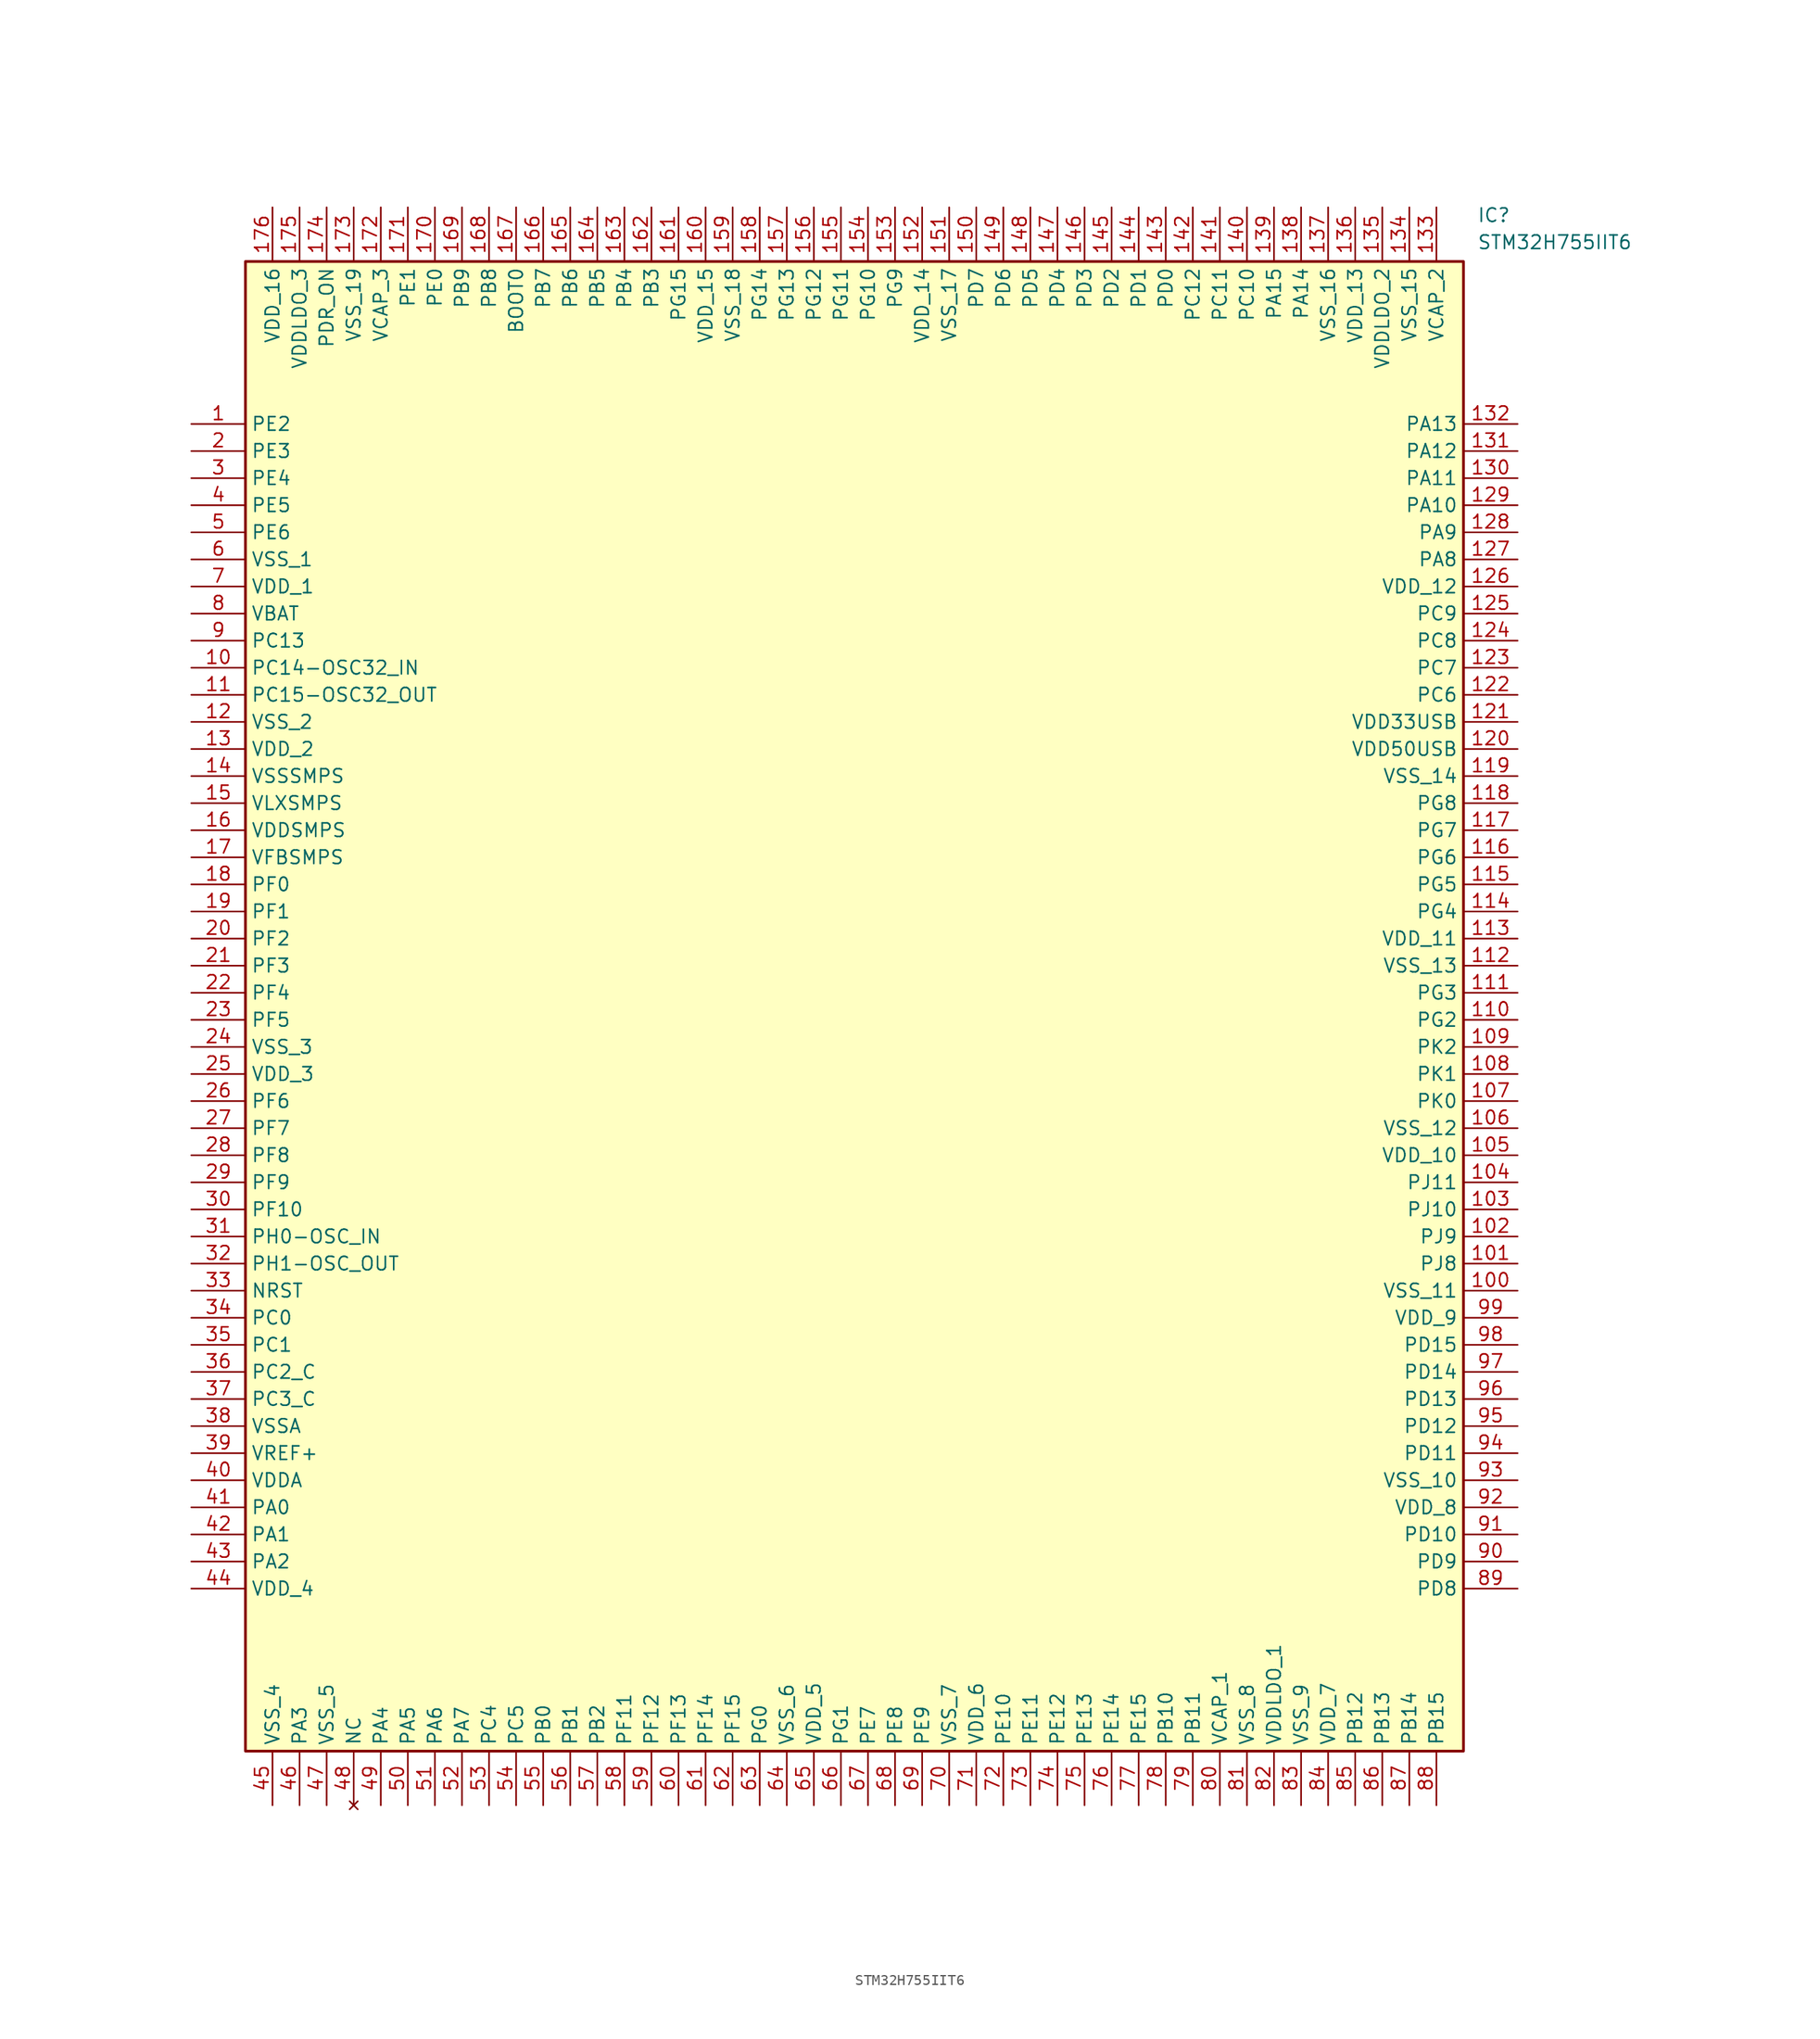
<source format=kicad_sym>
(kicad_symbol_lib
  (version 20211014)
  (generator SamacSys_ECAD_Model)
  (symbol "STM32H755IIT6"
    (property "Reference" "IC"
      (at 120.65 20.32 0)
      (effects (font (size 1.27 1.27)) (justify left top)))
    (property "Value" "STM32H755IIT6"
      (at 120.65 17.78 0)
      (effects (font (size 1.27 1.27)) (justify left top)))
    (rectangle
      (start 5.08 15.24)
      (end 119.38 -124.46)
      (stroke (width 0.254) (type default))
      (fill (type background)))
    (pin passive line
      (at 0 0 0)
      (length 5.08)
      (name "PE2" (effects (font (size 1.27 1.27))))
      (number "1" (effects (font (size 1.27 1.27)))))
    (pin passive line
      (at 0 -2.54 0)
      (length 5.08)
      (name "PE3" (effects (font (size 1.27 1.27))))
      (number "2" (effects (font (size 1.27 1.27)))))
    (pin passive line
      (at 0 -5.08 0)
      (length 5.08)
      (name "PE4" (effects (font (size 1.27 1.27))))
      (number "3" (effects (font (size 1.27 1.27)))))
    (pin passive line
      (at 0 -7.62 0)
      (length 5.08)
      (name "PE5" (effects (font (size 1.27 1.27))))
      (number "4" (effects (font (size 1.27 1.27)))))
    (pin passive line
      (at 0 -10.16 0)
      (length 5.08)
      (name "PE6" (effects (font (size 1.27 1.27))))
      (number "5" (effects (font (size 1.27 1.27)))))
    (pin passive line
      (at 0 -12.7 0)
      (length 5.08)
      (name "VSS_1" (effects (font (size 1.27 1.27))))
      (number "6" (effects (font (size 1.27 1.27)))))
    (pin passive line
      (at 0 -15.24 0)
      (length 5.08)
      (name "VDD_1" (effects (font (size 1.27 1.27))))
      (number "7" (effects (font (size 1.27 1.27)))))
    (pin passive line
      (at 0 -17.78 0)
      (length 5.08)
      (name "VBAT" (effects (font (size 1.27 1.27))))
      (number "8" (effects (font (size 1.27 1.27)))))
    (pin passive line
      (at 0 -20.32 0)
      (length 5.08)
      (name "PC13" (effects (font (size 1.27 1.27))))
      (number "9" (effects (font (size 1.27 1.27)))))
    (pin passive line
      (at 0 -22.86 0)
      (length 5.08)
      (name "PC14-OSC32_IN" (effects (font (size 1.27 1.27))))
      (number "10" (effects (font (size 1.27 1.27)))))
    (pin passive line
      (at 0 -25.4 0)
      (length 5.08)
      (name "PC15-OSC32_OUT" (effects (font (size 1.27 1.27))))
      (number "11" (effects (font (size 1.27 1.27)))))
    (pin passive line
      (at 0 -27.94 0)
      (length 5.08)
      (name "VSS_2" (effects (font (size 1.27 1.27))))
      (number "12" (effects (font (size 1.27 1.27)))))
    (pin passive line
      (at 0 -30.48 0)
      (length 5.08)
      (name "VDD_2" (effects (font (size 1.27 1.27))))
      (number "13" (effects (font (size 1.27 1.27)))))
    (pin passive line
      (at 0 -33.02 0)
      (length 5.08)
      (name "VSSSMPS" (effects (font (size 1.27 1.27))))
      (number "14" (effects (font (size 1.27 1.27)))))
    (pin passive line
      (at 0 -35.56 0)
      (length 5.08)
      (name "VLXSMPS" (effects (font (size 1.27 1.27))))
      (number "15" (effects (font (size 1.27 1.27)))))
    (pin passive line
      (at 0 -38.1 0)
      (length 5.08)
      (name "VDDSMPS" (effects (font (size 1.27 1.27))))
      (number "16" (effects (font (size 1.27 1.27)))))
    (pin passive line
      (at 0 -40.64 0)
      (length 5.08)
      (name "VFBSMPS" (effects (font (size 1.27 1.27))))
      (number "17" (effects (font (size 1.27 1.27)))))
    (pin passive line
      (at 0 -43.18 0)
      (length 5.08)
      (name "PF0" (effects (font (size 1.27 1.27))))
      (number "18" (effects (font (size 1.27 1.27)))))
    (pin passive line
      (at 0 -45.72 0)
      (length 5.08)
      (name "PF1" (effects (font (size 1.27 1.27))))
      (number "19" (effects (font (size 1.27 1.27)))))
    (pin passive line
      (at 0 -48.26 0)
      (length 5.08)
      (name "PF2" (effects (font (size 1.27 1.27))))
      (number "20" (effects (font (size 1.27 1.27)))))
    (pin passive line
      (at 0 -50.8 0)
      (length 5.08)
      (name "PF3" (effects (font (size 1.27 1.27))))
      (number "21" (effects (font (size 1.27 1.27)))))
    (pin passive line
      (at 0 -53.34 0)
      (length 5.08)
      (name "PF4" (effects (font (size 1.27 1.27))))
      (number "22" (effects (font (size 1.27 1.27)))))
    (pin passive line
      (at 0 -55.88 0)
      (length 5.08)
      (name "PF5" (effects (font (size 1.27 1.27))))
      (number "23" (effects (font (size 1.27 1.27)))))
    (pin passive line
      (at 0 -58.42 0)
      (length 5.08)
      (name "VSS_3" (effects (font (size 1.27 1.27))))
      (number "24" (effects (font (size 1.27 1.27)))))
    (pin passive line
      (at 0 -60.96 0)
      (length 5.08)
      (name "VDD_3" (effects (font (size 1.27 1.27))))
      (number "25" (effects (font (size 1.27 1.27)))))
    (pin passive line
      (at 0 -63.5 0)
      (length 5.08)
      (name "PF6" (effects (font (size 1.27 1.27))))
      (number "26" (effects (font (size 1.27 1.27)))))
    (pin passive line
      (at 0 -66.04 0)
      (length 5.08)
      (name "PF7" (effects (font (size 1.27 1.27))))
      (number "27" (effects (font (size 1.27 1.27)))))
    (pin passive line
      (at 0 -68.58 0)
      (length 5.08)
      (name "PF8" (effects (font (size 1.27 1.27))))
      (number "28" (effects (font (size 1.27 1.27)))))
    (pin passive line
      (at 0 -71.12 0)
      (length 5.08)
      (name "PF9" (effects (font (size 1.27 1.27))))
      (number "29" (effects (font (size 1.27 1.27)))))
    (pin passive line
      (at 0 -73.66 0)
      (length 5.08)
      (name "PF10" (effects (font (size 1.27 1.27))))
      (number "30" (effects (font (size 1.27 1.27)))))
    (pin passive line
      (at 0 -76.2 0)
      (length 5.08)
      (name "PH0-OSC_IN" (effects (font (size 1.27 1.27))))
      (number "31" (effects (font (size 1.27 1.27)))))
    (pin passive line
      (at 0 -78.74 0)
      (length 5.08)
      (name "PH1-OSC_OUT" (effects (font (size 1.27 1.27))))
      (number "32" (effects (font (size 1.27 1.27)))))
    (pin passive line
      (at 0 -81.28 0)
      (length 5.08)
      (name "NRST" (effects (font (size 1.27 1.27))))
      (number "33" (effects (font (size 1.27 1.27)))))
    (pin passive line
      (at 0 -83.82 0)
      (length 5.08)
      (name "PC0" (effects (font (size 1.27 1.27))))
      (number "34" (effects (font (size 1.27 1.27)))))
    (pin passive line
      (at 0 -86.36 0)
      (length 5.08)
      (name "PC1" (effects (font (size 1.27 1.27))))
      (number "35" (effects (font (size 1.27 1.27)))))
    (pin passive line
      (at 0 -88.9 0)
      (length 5.08)
      (name "PC2_C" (effects (font (size 1.27 1.27))))
      (number "36" (effects (font (size 1.27 1.27)))))
    (pin passive line
      (at 0 -91.44 0)
      (length 5.08)
      (name "PC3_C" (effects (font (size 1.27 1.27))))
      (number "37" (effects (font (size 1.27 1.27)))))
    (pin passive line
      (at 0 -93.98 0)
      (length 5.08)
      (name "VSSA" (effects (font (size 1.27 1.27))))
      (number "38" (effects (font (size 1.27 1.27)))))
    (pin passive line
      (at 0 -96.52 0)
      (length 5.08)
      (name "VREF+" (effects (font (size 1.27 1.27))))
      (number "39" (effects (font (size 1.27 1.27)))))
    (pin passive line
      (at 0 -99.06 0)
      (length 5.08)
      (name "VDDA" (effects (font (size 1.27 1.27))))
      (number "40" (effects (font (size 1.27 1.27)))))
    (pin passive line
      (at 0 -101.6 0)
      (length 5.08)
      (name "PA0" (effects (font (size 1.27 1.27))))
      (number "41" (effects (font (size 1.27 1.27)))))
    (pin passive line
      (at 0 -104.14 0)
      (length 5.08)
      (name "PA1" (effects (font (size 1.27 1.27))))
      (number "42" (effects (font (size 1.27 1.27)))))
    (pin passive line
      (at 0 -106.68 0)
      (length 5.08)
      (name "PA2" (effects (font (size 1.27 1.27))))
      (number "43" (effects (font (size 1.27 1.27)))))
    (pin passive line
      (at 0 -109.22 0)
      (length 5.08)
      (name "VDD_4" (effects (font (size 1.27 1.27))))
      (number "44" (effects (font (size 1.27 1.27)))))
    (pin passive line
      (at 7.62 -129.54 90)
      (length 5.08)
      (name "VSS_4" (effects (font (size 1.27 1.27))))
      (number "45" (effects (font (size 1.27 1.27)))))
    (pin passive line
      (at 10.16 -129.54 90)
      (length 5.08)
      (name "PA3" (effects (font (size 1.27 1.27))))
      (number "46" (effects (font (size 1.27 1.27)))))
    (pin passive line
      (at 12.7 -129.54 90)
      (length 5.08)
      (name "VSS_5" (effects (font (size 1.27 1.27))))
      (number "47" (effects (font (size 1.27 1.27)))))
    (pin no_connect line
      (at 15.24 -129.54 90)
      (length 5.08)
      (name "NC" (effects (font (size 1.27 1.27))))
      (number "48" (effects (font (size 1.27 1.27)))))
    (pin passive line
      (at 17.78 -129.54 90)
      (length 5.08)
      (name "PA4" (effects (font (size 1.27 1.27))))
      (number "49" (effects (font (size 1.27 1.27)))))
    (pin passive line
      (at 20.32 -129.54 90)
      (length 5.08)
      (name "PA5" (effects (font (size 1.27 1.27))))
      (number "50" (effects (font (size 1.27 1.27)))))
    (pin passive line
      (at 22.86 -129.54 90)
      (length 5.08)
      (name "PA6" (effects (font (size 1.27 1.27))))
      (number "51" (effects (font (size 1.27 1.27)))))
    (pin passive line
      (at 25.4 -129.54 90)
      (length 5.08)
      (name "PA7" (effects (font (size 1.27 1.27))))
      (number "52" (effects (font (size 1.27 1.27)))))
    (pin passive line
      (at 27.94 -129.54 90)
      (length 5.08)
      (name "PC4" (effects (font (size 1.27 1.27))))
      (number "53" (effects (font (size 1.27 1.27)))))
    (pin passive line
      (at 30.48 -129.54 90)
      (length 5.08)
      (name "PC5" (effects (font (size 1.27 1.27))))
      (number "54" (effects (font (size 1.27 1.27)))))
    (pin passive line
      (at 33.02 -129.54 90)
      (length 5.08)
      (name "PB0" (effects (font (size 1.27 1.27))))
      (number "55" (effects (font (size 1.27 1.27)))))
    (pin passive line
      (at 35.56 -129.54 90)
      (length 5.08)
      (name "PB1" (effects (font (size 1.27 1.27))))
      (number "56" (effects (font (size 1.27 1.27)))))
    (pin passive line
      (at 38.1 -129.54 90)
      (length 5.08)
      (name "PB2" (effects (font (size 1.27 1.27))))
      (number "57" (effects (font (size 1.27 1.27)))))
    (pin passive line
      (at 40.64 -129.54 90)
      (length 5.08)
      (name "PF11" (effects (font (size 1.27 1.27))))
      (number "58" (effects (font (size 1.27 1.27)))))
    (pin passive line
      (at 43.18 -129.54 90)
      (length 5.08)
      (name "PF12" (effects (font (size 1.27 1.27))))
      (number "59" (effects (font (size 1.27 1.27)))))
    (pin passive line
      (at 45.72 -129.54 90)
      (length 5.08)
      (name "PF13" (effects (font (size 1.27 1.27))))
      (number "60" (effects (font (size 1.27 1.27)))))
    (pin passive line
      (at 48.26 -129.54 90)
      (length 5.08)
      (name "PF14" (effects (font (size 1.27 1.27))))
      (number "61" (effects (font (size 1.27 1.27)))))
    (pin passive line
      (at 50.8 -129.54 90)
      (length 5.08)
      (name "PF15" (effects (font (size 1.27 1.27))))
      (number "62" (effects (font (size 1.27 1.27)))))
    (pin passive line
      (at 53.34 -129.54 90)
      (length 5.08)
      (name "PG0" (effects (font (size 1.27 1.27))))
      (number "63" (effects (font (size 1.27 1.27)))))
    (pin passive line
      (at 55.88 -129.54 90)
      (length 5.08)
      (name "VSS_6" (effects (font (size 1.27 1.27))))
      (number "64" (effects (font (size 1.27 1.27)))))
    (pin passive line
      (at 58.42 -129.54 90)
      (length 5.08)
      (name "VDD_5" (effects (font (size 1.27 1.27))))
      (number "65" (effects (font (size 1.27 1.27)))))
    (pin passive line
      (at 60.96 -129.54 90)
      (length 5.08)
      (name "PG1" (effects (font (size 1.27 1.27))))
      (number "66" (effects (font (size 1.27 1.27)))))
    (pin passive line
      (at 63.5 -129.54 90)
      (length 5.08)
      (name "PE7" (effects (font (size 1.27 1.27))))
      (number "67" (effects (font (size 1.27 1.27)))))
    (pin passive line
      (at 66.04 -129.54 90)
      (length 5.08)
      (name "PE8" (effects (font (size 1.27 1.27))))
      (number "68" (effects (font (size 1.27 1.27)))))
    (pin passive line
      (at 68.58 -129.54 90)
      (length 5.08)
      (name "PE9" (effects (font (size 1.27 1.27))))
      (number "69" (effects (font (size 1.27 1.27)))))
    (pin passive line
      (at 71.12 -129.54 90)
      (length 5.08)
      (name "VSS_7" (effects (font (size 1.27 1.27))))
      (number "70" (effects (font (size 1.27 1.27)))))
    (pin passive line
      (at 73.66 -129.54 90)
      (length 5.08)
      (name "VDD_6" (effects (font (size 1.27 1.27))))
      (number "71" (effects (font (size 1.27 1.27)))))
    (pin passive line
      (at 76.2 -129.54 90)
      (length 5.08)
      (name "PE10" (effects (font (size 1.27 1.27))))
      (number "72" (effects (font (size 1.27 1.27)))))
    (pin passive line
      (at 78.74 -129.54 90)
      (length 5.08)
      (name "PE11" (effects (font (size 1.27 1.27))))
      (number "73" (effects (font (size 1.27 1.27)))))
    (pin passive line
      (at 81.28 -129.54 90)
      (length 5.08)
      (name "PE12" (effects (font (size 1.27 1.27))))
      (number "74" (effects (font (size 1.27 1.27)))))
    (pin passive line
      (at 83.82 -129.54 90)
      (length 5.08)
      (name "PE13" (effects (font (size 1.27 1.27))))
      (number "75" (effects (font (size 1.27 1.27)))))
    (pin passive line
      (at 86.36 -129.54 90)
      (length 5.08)
      (name "PE14" (effects (font (size 1.27 1.27))))
      (number "76" (effects (font (size 1.27 1.27)))))
    (pin passive line
      (at 88.9 -129.54 90)
      (length 5.08)
      (name "PE15" (effects (font (size 1.27 1.27))))
      (number "77" (effects (font (size 1.27 1.27)))))
    (pin passive line
      (at 91.44 -129.54 90)
      (length 5.08)
      (name "PB10" (effects (font (size 1.27 1.27))))
      (number "78" (effects (font (size 1.27 1.27)))))
    (pin passive line
      (at 93.98 -129.54 90)
      (length 5.08)
      (name "PB11" (effects (font (size 1.27 1.27))))
      (number "79" (effects (font (size 1.27 1.27)))))
    (pin passive line
      (at 96.52 -129.54 90)
      (length 5.08)
      (name "VCAP_1" (effects (font (size 1.27 1.27))))
      (number "80" (effects (font (size 1.27 1.27)))))
    (pin passive line
      (at 99.06 -129.54 90)
      (length 5.08)
      (name "VSS_8" (effects (font (size 1.27 1.27))))
      (number "81" (effects (font (size 1.27 1.27)))))
    (pin passive line
      (at 101.6 -129.54 90)
      (length 5.08)
      (name "VDDLDO_1" (effects (font (size 1.27 1.27))))
      (number "82" (effects (font (size 1.27 1.27)))))
    (pin passive line
      (at 104.14 -129.54 90)
      (length 5.08)
      (name "VSS_9" (effects (font (size 1.27 1.27))))
      (number "83" (effects (font (size 1.27 1.27)))))
    (pin passive line
      (at 106.68 -129.54 90)
      (length 5.08)
      (name "VDD_7" (effects (font (size 1.27 1.27))))
      (number "84" (effects (font (size 1.27 1.27)))))
    (pin passive line
      (at 109.22 -129.54 90)
      (length 5.08)
      (name "PB12" (effects (font (size 1.27 1.27))))
      (number "85" (effects (font (size 1.27 1.27)))))
    (pin passive line
      (at 111.76 -129.54 90)
      (length 5.08)
      (name "PB13" (effects (font (size 1.27 1.27))))
      (number "86" (effects (font (size 1.27 1.27)))))
    (pin passive line
      (at 114.3 -129.54 90)
      (length 5.08)
      (name "PB14" (effects (font (size 1.27 1.27))))
      (number "87" (effects (font (size 1.27 1.27)))))
    (pin passive line
      (at 116.84 -129.54 90)
      (length 5.08)
      (name "PB15" (effects (font (size 1.27 1.27))))
      (number "88" (effects (font (size 1.27 1.27)))))
    (pin passive line
      (at 124.46 0 180)
      (length 5.08)
      (name "PA13" (effects (font (size 1.27 1.27))))
      (number "132" (effects (font (size 1.27 1.27)))))
    (pin passive line
      (at 124.46 -2.54 180)
      (length 5.08)
      (name "PA12" (effects (font (size 1.27 1.27))))
      (number "131" (effects (font (size 1.27 1.27)))))
    (pin passive line
      (at 124.46 -5.08 180)
      (length 5.08)
      (name "PA11" (effects (font (size 1.27 1.27))))
      (number "130" (effects (font (size 1.27 1.27)))))
    (pin passive line
      (at 124.46 -7.62 180)
      (length 5.08)
      (name "PA10" (effects (font (size 1.27 1.27))))
      (number "129" (effects (font (size 1.27 1.27)))))
    (pin passive line
      (at 124.46 -10.16 180)
      (length 5.08)
      (name "PA9" (effects (font (size 1.27 1.27))))
      (number "128" (effects (font (size 1.27 1.27)))))
    (pin passive line
      (at 124.46 -12.7 180)
      (length 5.08)
      (name "PA8" (effects (font (size 1.27 1.27))))
      (number "127" (effects (font (size 1.27 1.27)))))
    (pin passive line
      (at 124.46 -15.24 180)
      (length 5.08)
      (name "VDD_12" (effects (font (size 1.27 1.27))))
      (number "126" (effects (font (size 1.27 1.27)))))
    (pin passive line
      (at 124.46 -17.78 180)
      (length 5.08)
      (name "PC9" (effects (font (size 1.27 1.27))))
      (number "125" (effects (font (size 1.27 1.27)))))
    (pin passive line
      (at 124.46 -20.32 180)
      (length 5.08)
      (name "PC8" (effects (font (size 1.27 1.27))))
      (number "124" (effects (font (size 1.27 1.27)))))
    (pin passive line
      (at 124.46 -22.86 180)
      (length 5.08)
      (name "PC7" (effects (font (size 1.27 1.27))))
      (number "123" (effects (font (size 1.27 1.27)))))
    (pin passive line
      (at 124.46 -25.4 180)
      (length 5.08)
      (name "PC6" (effects (font (size 1.27 1.27))))
      (number "122" (effects (font (size 1.27 1.27)))))
    (pin passive line
      (at 124.46 -27.94 180)
      (length 5.08)
      (name "VDD33USB" (effects (font (size 1.27 1.27))))
      (number "121" (effects (font (size 1.27 1.27)))))
    (pin passive line
      (at 124.46 -30.48 180)
      (length 5.08)
      (name "VDD50USB" (effects (font (size 1.27 1.27))))
      (number "120" (effects (font (size 1.27 1.27)))))
    (pin passive line
      (at 124.46 -33.02 180)
      (length 5.08)
      (name "VSS_14" (effects (font (size 1.27 1.27))))
      (number "119" (effects (font (size 1.27 1.27)))))
    (pin passive line
      (at 124.46 -35.56 180)
      (length 5.08)
      (name "PG8" (effects (font (size 1.27 1.27))))
      (number "118" (effects (font (size 1.27 1.27)))))
    (pin passive line
      (at 124.46 -38.1 180)
      (length 5.08)
      (name "PG7" (effects (font (size 1.27 1.27))))
      (number "117" (effects (font (size 1.27 1.27)))))
    (pin passive line
      (at 124.46 -40.64 180)
      (length 5.08)
      (name "PG6" (effects (font (size 1.27 1.27))))
      (number "116" (effects (font (size 1.27 1.27)))))
    (pin passive line
      (at 124.46 -43.18 180)
      (length 5.08)
      (name "PG5" (effects (font (size 1.27 1.27))))
      (number "115" (effects (font (size 1.27 1.27)))))
    (pin passive line
      (at 124.46 -45.72 180)
      (length 5.08)
      (name "PG4" (effects (font (size 1.27 1.27))))
      (number "114" (effects (font (size 1.27 1.27)))))
    (pin passive line
      (at 124.46 -48.26 180)
      (length 5.08)
      (name "VDD_11" (effects (font (size 1.27 1.27))))
      (number "113" (effects (font (size 1.27 1.27)))))
    (pin passive line
      (at 124.46 -50.8 180)
      (length 5.08)
      (name "VSS_13" (effects (font (size 1.27 1.27))))
      (number "112" (effects (font (size 1.27 1.27)))))
    (pin passive line
      (at 124.46 -53.34 180)
      (length 5.08)
      (name "PG3" (effects (font (size 1.27 1.27))))
      (number "111" (effects (font (size 1.27 1.27)))))
    (pin passive line
      (at 124.46 -55.88 180)
      (length 5.08)
      (name "PG2" (effects (font (size 1.27 1.27))))
      (number "110" (effects (font (size 1.27 1.27)))))
    (pin passive line
      (at 124.46 -58.42 180)
      (length 5.08)
      (name "PK2" (effects (font (size 1.27 1.27))))
      (number "109" (effects (font (size 1.27 1.27)))))
    (pin passive line
      (at 124.46 -60.96 180)
      (length 5.08)
      (name "PK1" (effects (font (size 1.27 1.27))))
      (number "108" (effects (font (size 1.27 1.27)))))
    (pin passive line
      (at 124.46 -63.5 180)
      (length 5.08)
      (name "PK0" (effects (font (size 1.27 1.27))))
      (number "107" (effects (font (size 1.27 1.27)))))
    (pin passive line
      (at 124.46 -66.04 180)
      (length 5.08)
      (name "VSS_12" (effects (font (size 1.27 1.27))))
      (number "106" (effects (font (size 1.27 1.27)))))
    (pin passive line
      (at 124.46 -68.58 180)
      (length 5.08)
      (name "VDD_10" (effects (font (size 1.27 1.27))))
      (number "105" (effects (font (size 1.27 1.27)))))
    (pin passive line
      (at 124.46 -71.12 180)
      (length 5.08)
      (name "PJ11" (effects (font (size 1.27 1.27))))
      (number "104" (effects (font (size 1.27 1.27)))))
    (pin passive line
      (at 124.46 -73.66 180)
      (length 5.08)
      (name "PJ10" (effects (font (size 1.27 1.27))))
      (number "103" (effects (font (size 1.27 1.27)))))
    (pin passive line
      (at 124.46 -76.2 180)
      (length 5.08)
      (name "PJ9" (effects (font (size 1.27 1.27))))
      (number "102" (effects (font (size 1.27 1.27)))))
    (pin passive line
      (at 124.46 -78.74 180)
      (length 5.08)
      (name "PJ8" (effects (font (size 1.27 1.27))))
      (number "101" (effects (font (size 1.27 1.27)))))
    (pin passive line
      (at 124.46 -81.28 180)
      (length 5.08)
      (name "VSS_11" (effects (font (size 1.27 1.27))))
      (number "100" (effects (font (size 1.27 1.27)))))
    (pin passive line
      (at 124.46 -83.82 180)
      (length 5.08)
      (name "VDD_9" (effects (font (size 1.27 1.27))))
      (number "99" (effects (font (size 1.27 1.27)))))
    (pin passive line
      (at 124.46 -86.36 180)
      (length 5.08)
      (name "PD15" (effects (font (size 1.27 1.27))))
      (number "98" (effects (font (size 1.27 1.27)))))
    (pin passive line
      (at 124.46 -88.9 180)
      (length 5.08)
      (name "PD14" (effects (font (size 1.27 1.27))))
      (number "97" (effects (font (size 1.27 1.27)))))
    (pin passive line
      (at 124.46 -91.44 180)
      (length 5.08)
      (name "PD13" (effects (font (size 1.27 1.27))))
      (number "96" (effects (font (size 1.27 1.27)))))
    (pin passive line
      (at 124.46 -93.98 180)
      (length 5.08)
      (name "PD12" (effects (font (size 1.27 1.27))))
      (number "95" (effects (font (size 1.27 1.27)))))
    (pin passive line
      (at 124.46 -96.52 180)
      (length 5.08)
      (name "PD11" (effects (font (size 1.27 1.27))))
      (number "94" (effects (font (size 1.27 1.27)))))
    (pin passive line
      (at 124.46 -99.06 180)
      (length 5.08)
      (name "VSS_10" (effects (font (size 1.27 1.27))))
      (number "93" (effects (font (size 1.27 1.27)))))
    (pin passive line
      (at 124.46 -101.6 180)
      (length 5.08)
      (name "VDD_8" (effects (font (size 1.27 1.27))))
      (number "92" (effects (font (size 1.27 1.27)))))
    (pin passive line
      (at 124.46 -104.14 180)
      (length 5.08)
      (name "PD10" (effects (font (size 1.27 1.27))))
      (number "91" (effects (font (size 1.27 1.27)))))
    (pin passive line
      (at 124.46 -106.68 180)
      (length 5.08)
      (name "PD9" (effects (font (size 1.27 1.27))))
      (number "90" (effects (font (size 1.27 1.27)))))
    (pin passive line
      (at 124.46 -109.22 180)
      (length 5.08)
      (name "PD8" (effects (font (size 1.27 1.27))))
      (number "89" (effects (font (size 1.27 1.27)))))
    (pin passive line
      (at 7.62 20.32 270)
      (length 5.08)
      (name "VDD_16" (effects (font (size 1.27 1.27))))
      (number "176" (effects (font (size 1.27 1.27)))))
    (pin passive line
      (at 10.16 20.32 270)
      (length 5.08)
      (name "VDDLDO_3" (effects (font (size 1.27 1.27))))
      (number "175" (effects (font (size 1.27 1.27)))))
    (pin passive line
      (at 12.7 20.32 270)
      (length 5.08)
      (name "PDR_ON" (effects (font (size 1.27 1.27))))
      (number "174" (effects (font (size 1.27 1.27)))))
    (pin passive line
      (at 15.24 20.32 270)
      (length 5.08)
      (name "VSS_19" (effects (font (size 1.27 1.27))))
      (number "173" (effects (font (size 1.27 1.27)))))
    (pin passive line
      (at 17.78 20.32 270)
      (length 5.08)
      (name "VCAP_3" (effects (font (size 1.27 1.27))))
      (number "172" (effects (font (size 1.27 1.27)))))
    (pin passive line
      (at 20.32 20.32 270)
      (length 5.08)
      (name "PE1" (effects (font (size 1.27 1.27))))
      (number "171" (effects (font (size 1.27 1.27)))))
    (pin passive line
      (at 22.86 20.32 270)
      (length 5.08)
      (name "PE0" (effects (font (size 1.27 1.27))))
      (number "170" (effects (font (size 1.27 1.27)))))
    (pin passive line
      (at 25.4 20.32 270)
      (length 5.08)
      (name "PB9" (effects (font (size 1.27 1.27))))
      (number "169" (effects (font (size 1.27 1.27)))))
    (pin passive line
      (at 27.94 20.32 270)
      (length 5.08)
      (name "PB8" (effects (font (size 1.27 1.27))))
      (number "168" (effects (font (size 1.27 1.27)))))
    (pin passive line
      (at 30.48 20.32 270)
      (length 5.08)
      (name "BOOT0" (effects (font (size 1.27 1.27))))
      (number "167" (effects (font (size 1.27 1.27)))))
    (pin passive line
      (at 33.02 20.32 270)
      (length 5.08)
      (name "PB7" (effects (font (size 1.27 1.27))))
      (number "166" (effects (font (size 1.27 1.27)))))
    (pin passive line
      (at 35.56 20.32 270)
      (length 5.08)
      (name "PB6" (effects (font (size 1.27 1.27))))
      (number "165" (effects (font (size 1.27 1.27)))))
    (pin passive line
      (at 38.1 20.32 270)
      (length 5.08)
      (name "PB5" (effects (font (size 1.27 1.27))))
      (number "164" (effects (font (size 1.27 1.27)))))
    (pin passive line
      (at 40.64 20.32 270)
      (length 5.08)
      (name "PB4" (effects (font (size 1.27 1.27))))
      (number "163" (effects (font (size 1.27 1.27)))))
    (pin passive line
      (at 43.18 20.32 270)
      (length 5.08)
      (name "PB3" (effects (font (size 1.27 1.27))))
      (number "162" (effects (font (size 1.27 1.27)))))
    (pin passive line
      (at 45.72 20.32 270)
      (length 5.08)
      (name "PG15" (effects (font (size 1.27 1.27))))
      (number "161" (effects (font (size 1.27 1.27)))))
    (pin passive line
      (at 48.26 20.32 270)
      (length 5.08)
      (name "VDD_15" (effects (font (size 1.27 1.27))))
      (number "160" (effects (font (size 1.27 1.27)))))
    (pin passive line
      (at 50.8 20.32 270)
      (length 5.08)
      (name "VSS_18" (effects (font (size 1.27 1.27))))
      (number "159" (effects (font (size 1.27 1.27)))))
    (pin passive line
      (at 53.34 20.32 270)
      (length 5.08)
      (name "PG14" (effects (font (size 1.27 1.27))))
      (number "158" (effects (font (size 1.27 1.27)))))
    (pin passive line
      (at 55.88 20.32 270)
      (length 5.08)
      (name "PG13" (effects (font (size 1.27 1.27))))
      (number "157" (effects (font (size 1.27 1.27)))))
    (pin passive line
      (at 58.42 20.32 270)
      (length 5.08)
      (name "PG12" (effects (font (size 1.27 1.27))))
      (number "156" (effects (font (size 1.27 1.27)))))
    (pin passive line
      (at 60.96 20.32 270)
      (length 5.08)
      (name "PG11" (effects (font (size 1.27 1.27))))
      (number "155" (effects (font (size 1.27 1.27)))))
    (pin passive line
      (at 63.5 20.32 270)
      (length 5.08)
      (name "PG10" (effects (font (size 1.27 1.27))))
      (number "154" (effects (font (size 1.27 1.27)))))
    (pin passive line
      (at 66.04 20.32 270)
      (length 5.08)
      (name "PG9" (effects (font (size 1.27 1.27))))
      (number "153" (effects (font (size 1.27 1.27)))))
    (pin passive line
      (at 68.58 20.32 270)
      (length 5.08)
      (name "VDD_14" (effects (font (size 1.27 1.27))))
      (number "152" (effects (font (size 1.27 1.27)))))
    (pin passive line
      (at 71.12 20.32 270)
      (length 5.08)
      (name "VSS_17" (effects (font (size 1.27 1.27))))
      (number "151" (effects (font (size 1.27 1.27)))))
    (pin passive line
      (at 73.66 20.32 270)
      (length 5.08)
      (name "PD7" (effects (font (size 1.27 1.27))))
      (number "150" (effects (font (size 1.27 1.27)))))
    (pin passive line
      (at 76.2 20.32 270)
      (length 5.08)
      (name "PD6" (effects (font (size 1.27 1.27))))
      (number "149" (effects (font (size 1.27 1.27)))))
    (pin passive line
      (at 78.74 20.32 270)
      (length 5.08)
      (name "PD5" (effects (font (size 1.27 1.27))))
      (number "148" (effects (font (size 1.27 1.27)))))
    (pin passive line
      (at 81.28 20.32 270)
      (length 5.08)
      (name "PD4" (effects (font (size 1.27 1.27))))
      (number "147" (effects (font (size 1.27 1.27)))))
    (pin passive line
      (at 83.82 20.32 270)
      (length 5.08)
      (name "PD3" (effects (font (size 1.27 1.27))))
      (number "146" (effects (font (size 1.27 1.27)))))
    (pin passive line
      (at 86.36 20.32 270)
      (length 5.08)
      (name "PD2" (effects (font (size 1.27 1.27))))
      (number "145" (effects (font (size 1.27 1.27)))))
    (pin passive line
      (at 88.9 20.32 270)
      (length 5.08)
      (name "PD1" (effects (font (size 1.27 1.27))))
      (number "144" (effects (font (size 1.27 1.27)))))
    (pin passive line
      (at 91.44 20.32 270)
      (length 5.08)
      (name "PD0" (effects (font (size 1.27 1.27))))
      (number "143" (effects (font (size 1.27 1.27)))))
    (pin passive line
      (at 93.98 20.32 270)
      (length 5.08)
      (name "PC12" (effects (font (size 1.27 1.27))))
      (number "142" (effects (font (size 1.27 1.27)))))
    (pin passive line
      (at 96.52 20.32 270)
      (length 5.08)
      (name "PC11" (effects (font (size 1.27 1.27))))
      (number "141" (effects (font (size 1.27 1.27)))))
    (pin passive line
      (at 99.06 20.32 270)
      (length 5.08)
      (name "PC10" (effects (font (size 1.27 1.27))))
      (number "140" (effects (font (size 1.27 1.27)))))
    (pin passive line
      (at 101.6 20.32 270)
      (length 5.08)
      (name "PA15" (effects (font (size 1.27 1.27))))
      (number "139" (effects (font (size 1.27 1.27)))))
    (pin passive line
      (at 104.14 20.32 270)
      (length 5.08)
      (name "PA14" (effects (font (size 1.27 1.27))))
      (number "138" (effects (font (size 1.27 1.27)))))
    (pin passive line
      (at 106.68 20.32 270)
      (length 5.08)
      (name "VSS_16" (effects (font (size 1.27 1.27))))
      (number "137" (effects (font (size 1.27 1.27)))))
    (pin passive line
      (at 109.22 20.32 270)
      (length 5.08)
      (name "VDD_13" (effects (font (size 1.27 1.27))))
      (number "136" (effects (font (size 1.27 1.27)))))
    (pin passive line
      (at 111.76 20.32 270)
      (length 5.08)
      (name "VDDLDO_2" (effects (font (size 1.27 1.27))))
      (number "135" (effects (font (size 1.27 1.27)))))
    (pin passive line
      (at 114.3 20.32 270)
      (length 5.08)
      (name "VSS_15" (effects (font (size 1.27 1.27))))
      (number "134" (effects (font (size 1.27 1.27)))))
    (pin passive line
      (at 116.84 20.32 270)
      (length 5.08)
      (name "VCAP_2" (effects (font (size 1.27 1.27))))
      (number "133" (effects (font (size 1.27 1.27)))))))
</source>
